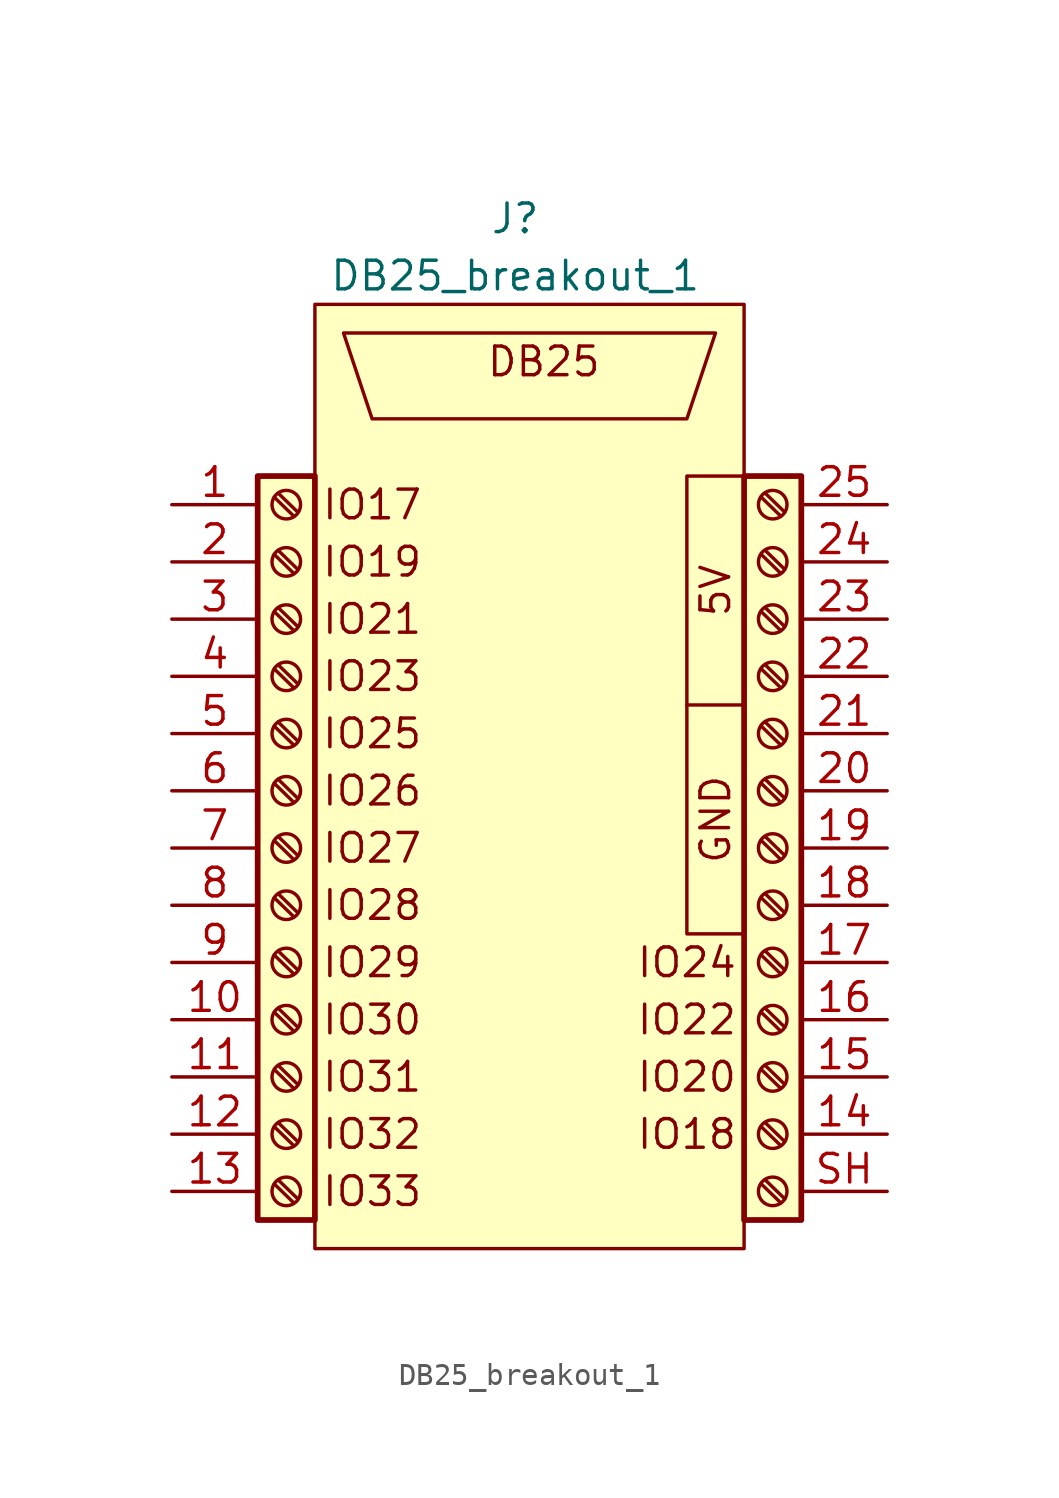
<source format=kicad_sym>
(kicad_symbol_lib
  (version 20211014)
  (generator kicad_symbol_editor)
  (symbol "DB25_breakout_1"
    (pin_names
      (offset 1.016) hide)
    (property "Reference" "J"
      (at 0 27.94 0)
      (effects (font (size 1.27 1.27))))
    (property "Value" "DB25_breakout_1"
      (at 0 25.4 0)
      (effects (font (size 1.27 1.27))))
    (symbol "DB25_breakout_1_0_0"
      (rectangle (start -8.89 24.13) (end 10.16 -17.78) (stroke (width 0.152) (type default) (color 0 0 0 0)) (fill (type background)))
      (polyline (pts (xy -6.35 19.05) (xy -7.62 22.86) (xy 8.89 22.86) (xy 7.62 19.05) (xy -6.35 19.05)) (stroke (width 0.152) (type default) (color 0 0 0 0)) (fill (type none)))
      (text "5V" (at 8.89 11.43 900) (effects (font (size 1.27 1.27))))
      (text "DB25" (at 1.27 21.59 0) (effects (font (size 1.27 1.27))))
      (text "GND" (at 8.89 1.27 900) (effects (font (size 1.27 1.27))))
      (text "IO17" (at -6.35 15.24 0) (effects (font (size 1.27 1.27))))
      (text "IO18" (at 7.62 -12.7 0) (effects (font (size 1.27 1.27))))
      (text "IO19" (at -6.35 12.7 0) (effects (font (size 1.27 1.27))))
      (text "IO20" (at 7.62 -10.16 0) (effects (font (size 1.27 1.27))))
      (text "IO21" (at -6.35 10.16 0) (effects (font (size 1.27 1.27))))
      (text "IO22" (at 7.62 -7.62 0) (effects (font (size 1.27 1.27))))
      (text "IO23" (at -6.35 7.62 0) (effects (font (size 1.27 1.27))))
      (text "IO24" (at 7.62 -5.08 0) (effects (font (size 1.27 1.27))))
      (text "IO25" (at -6.35 5.08 0) (effects (font (size 1.27 1.27))))
      (text "IO26" (at -6.35 2.54 0) (effects (font (size 1.27 1.27))))
      (text "IO27" (at -6.35 0 0) (effects (font (size 1.27 1.27))))
      (text "IO28" (at -6.35 -2.54 0) (effects (font (size 1.27 1.27))))
      (text "IO29" (at -6.35 -5.08 0) (effects (font (size 1.27 1.27))))
      (text "IO30" (at -6.35 -7.62 0) (effects (font (size 1.27 1.27))))
      (text "IO31" (at -6.35 -10.16 0) (effects (font (size 1.27 1.27))))
      (text "IO32" (at -6.35 -12.7 0) (effects (font (size 1.27 1.27))))
      (text "IO33" (at -6.35 -15.24 0) (effects (font (size 1.27 1.27)))))
    (symbol "DB25_breakout_1_0_1"
      (polyline (pts (xy 10.16 16.51) (xy 7.62 16.51) (xy 7.62 6.35)) (stroke (width 0.152) (type default) (color 0 0 0 0)) (fill (type none)))
      (polyline (pts (xy 10.16 -3.81) (xy 7.62 -3.81) (xy 7.62 6.35) (xy 10.16 6.35)) (stroke (width 0.152) (type default) (color 0 0 0 0)) (fill (type none))))
    (symbol "DB25_breakout_1_1_1"
      (rectangle (start -11.43 16.51) (end -8.89 -16.51) (stroke (width 0.254) (type default) (color 0 0 0 0)) (fill (type background)))
      (circle (center -10.16 -15.24) (radius 0.635) (stroke (width 0.152) (type default) (color 0 0 0 0)) (fill (type none)))
      (circle (center -10.16 -12.7) (radius 0.635) (stroke (width 0.152) (type default) (color 0 0 0 0)) (fill (type none)))
      (circle (center -10.16 -10.16) (radius 0.635) (stroke (width 0.152) (type default) (color 0 0 0 0)) (fill (type none)))
      (circle (center -10.16 -7.62) (radius 0.635) (stroke (width 0.152) (type default) (color 0 0 0 0)) (fill (type none)))
      (circle (center -10.16 -5.08) (radius 0.635) (stroke (width 0.152) (type default) (color 0 0 0 0)) (fill (type none)))
      (circle (center -10.16 -2.54) (radius 0.635) (stroke (width 0.152) (type default) (color 0 0 0 0)) (fill (type none)))
      (circle (center -10.16 0) (radius 0.635) (stroke (width 0.152) (type default) (color 0 0 0 0)) (fill (type none)))
      (circle (center -10.16 2.54) (radius 0.635) (stroke (width 0.152) (type default) (color 0 0 0 0)) (fill (type none)))
      (circle (center -10.16 5.08) (radius 0.635) (stroke (width 0.152) (type default) (color 0 0 0 0)) (fill (type none)))
      (circle (center -10.16 7.62) (radius 0.635) (stroke (width 0.152) (type default) (color 0 0 0 0)) (fill (type none)))
      (circle (center -10.16 10.16) (radius 0.635) (stroke (width 0.152) (type default) (color 0 0 0 0)) (fill (type none)))
      (circle (center -10.16 12.7) (radius 0.635) (stroke (width 0.152) (type default) (color 0 0 0 0)) (fill (type none)))
      (circle (center -10.16 15.24) (radius 0.635) (stroke (width 0.152) (type default) (color 0 0 0 0)) (fill (type none)))
      (polyline (pts (xy -10.693 -14.91) (xy -9.83 -15.748)) (stroke (width 0.152) (type default) (color 0 0 0 0)) (fill (type none)))
      (polyline (pts (xy -10.693 -12.37) (xy -9.83 -13.208)) (stroke (width 0.152) (type default) (color 0 0 0 0)) (fill (type none)))
      (polyline (pts (xy -10.693 -9.83) (xy -9.83 -10.668)) (stroke (width 0.152) (type default) (color 0 0 0 0)) (fill (type none)))
      (polyline (pts (xy -10.693 -7.29) (xy -9.83 -8.128)) (stroke (width 0.152) (type default) (color 0 0 0 0)) (fill (type none)))
      (polyline (pts (xy -10.693 -4.75) (xy -9.83 -5.588)) (stroke (width 0.152) (type default) (color 0 0 0 0)) (fill (type none)))
      (polyline (pts (xy -10.693 -2.21) (xy -9.83 -3.048)) (stroke (width 0.152) (type default) (color 0 0 0 0)) (fill (type none)))
      (polyline (pts (xy -10.693 0.33) (xy -9.83 -0.508)) (stroke (width 0.152) (type default) (color 0 0 0 0)) (fill (type none)))
      (polyline (pts (xy -10.693 2.87) (xy -9.83 2.032)) (stroke (width 0.152) (type default) (color 0 0 0 0)) (fill (type none)))
      (polyline (pts (xy -10.693 5.41) (xy -9.83 4.572)) (stroke (width 0.152) (type default) (color 0 0 0 0)) (fill (type none)))
      (polyline (pts (xy -10.693 7.95) (xy -9.83 7.112)) (stroke (width 0.152) (type default) (color 0 0 0 0)) (fill (type none)))
      (polyline (pts (xy -10.693 10.49) (xy -9.83 9.652)) (stroke (width 0.152) (type default) (color 0 0 0 0)) (fill (type none)))
      (polyline (pts (xy -10.693 13.03) (xy -9.83 12.192)) (stroke (width 0.152) (type default) (color 0 0 0 0)) (fill (type none)))
      (polyline (pts (xy -10.693 15.57) (xy -9.83 14.732)) (stroke (width 0.152) (type default) (color 0 0 0 0)) (fill (type none)))
      (polyline (pts (xy -10.516 -14.732) (xy -9.652 -15.57)) (stroke (width 0.152) (type default) (color 0 0 0 0)) (fill (type none)))
      (polyline (pts (xy -10.516 -12.192) (xy -9.652 -13.03)) (stroke (width 0.152) (type default) (color 0 0 0 0)) (fill (type none)))
      (polyline (pts (xy -10.516 -9.652) (xy -9.652 -10.49)) (stroke (width 0.152) (type default) (color 0 0 0 0)) (fill (type none)))
      (polyline (pts (xy -10.516 -7.112) (xy -9.652 -7.95)) (stroke (width 0.152) (type default) (color 0 0 0 0)) (fill (type none)))
      (polyline (pts (xy -10.516 -4.572) (xy -9.652 -5.41)) (stroke (width 0.152) (type default) (color 0 0 0 0)) (fill (type none)))
      (polyline (pts (xy -10.516 -2.032) (xy -9.652 -2.87)) (stroke (width 0.152) (type default) (color 0 0 0 0)) (fill (type none)))
      (polyline (pts (xy -10.516 0.508) (xy -9.652 -0.33)) (stroke (width 0.152) (type default) (color 0 0 0 0)) (fill (type none)))
      (polyline (pts (xy -10.516 3.048) (xy -9.652 2.21)) (stroke (width 0.152) (type default) (color 0 0 0 0)) (fill (type none)))
      (polyline (pts (xy -10.516 5.588) (xy -9.652 4.75)) (stroke (width 0.152) (type default) (color 0 0 0 0)) (fill (type none)))
      (polyline (pts (xy -10.516 8.128) (xy -9.652 7.29)) (stroke (width 0.152) (type default) (color 0 0 0 0)) (fill (type none)))
      (polyline (pts (xy -10.516 10.668) (xy -9.652 9.83)) (stroke (width 0.152) (type default) (color 0 0 0 0)) (fill (type none)))
      (polyline (pts (xy -10.516 13.208) (xy -9.652 12.37)) (stroke (width 0.152) (type default) (color 0 0 0 0)) (fill (type none)))
      (polyline (pts (xy -10.516 15.748) (xy -9.652 14.91)) (stroke (width 0.152) (type default) (color 0 0 0 0)) (fill (type none)))
      (polyline (pts (xy 11.786 -15.748) (xy 10.922 -14.91)) (stroke (width 0.152) (type default) (color 0 0 0 0)) (fill (type none)))
      (polyline (pts (xy 11.786 -13.208) (xy 10.922 -12.37)) (stroke (width 0.152) (type default) (color 0 0 0 0)) (fill (type none)))
      (polyline (pts (xy 11.786 -10.668) (xy 10.922 -9.83)) (stroke (width 0.152) (type default) (color 0 0 0 0)) (fill (type none)))
      (polyline (pts (xy 11.786 -8.128) (xy 10.922 -7.29)) (stroke (width 0.152) (type default) (color 0 0 0 0)) (fill (type none)))
      (polyline (pts (xy 11.786 -5.588) (xy 10.922 -4.75)) (stroke (width 0.152) (type default) (color 0 0 0 0)) (fill (type none)))
      (polyline (pts (xy 11.786 -3.048) (xy 10.922 -2.21)) (stroke (width 0.152) (type default) (color 0 0 0 0)) (fill (type none)))
      (polyline (pts (xy 11.786 -0.508) (xy 10.922 0.33)) (stroke (width 0.152) (type default) (color 0 0 0 0)) (fill (type none)))
      (polyline (pts (xy 11.786 2.032) (xy 10.922 2.87)) (stroke (width 0.152) (type default) (color 0 0 0 0)) (fill (type none)))
      (polyline (pts (xy 11.786 4.572) (xy 10.922 5.41)) (stroke (width 0.152) (type default) (color 0 0 0 0)) (fill (type none)))
      (polyline (pts (xy 11.786 7.112) (xy 10.922 7.95)) (stroke (width 0.152) (type default) (color 0 0 0 0)) (fill (type none)))
      (polyline (pts (xy 11.786 9.652) (xy 10.922 10.49)) (stroke (width 0.152) (type default) (color 0 0 0 0)) (fill (type none)))
      (polyline (pts (xy 11.786 12.192) (xy 10.922 13.03)) (stroke (width 0.152) (type default) (color 0 0 0 0)) (fill (type none)))
      (polyline (pts (xy 11.786 14.732) (xy 10.922 15.57)) (stroke (width 0.152) (type default) (color 0 0 0 0)) (fill (type none)))
      (polyline (pts (xy 11.963 -15.57) (xy 11.1 -14.732)) (stroke (width 0.152) (type default) (color 0 0 0 0)) (fill (type none)))
      (polyline (pts (xy 11.963 -13.03) (xy 11.1 -12.192)) (stroke (width 0.152) (type default) (color 0 0 0 0)) (fill (type none)))
      (polyline (pts (xy 11.963 -10.49) (xy 11.1 -9.652)) (stroke (width 0.152) (type default) (color 0 0 0 0)) (fill (type none)))
      (polyline (pts (xy 11.963 -7.95) (xy 11.1 -7.112)) (stroke (width 0.152) (type default) (color 0 0 0 0)) (fill (type none)))
      (polyline (pts (xy 11.963 -5.41) (xy 11.1 -4.572)) (stroke (width 0.152) (type default) (color 0 0 0 0)) (fill (type none)))
      (polyline (pts (xy 11.963 -2.87) (xy 11.1 -2.032)) (stroke (width 0.152) (type default) (color 0 0 0 0)) (fill (type none)))
      (polyline (pts (xy 11.963 -0.33) (xy 11.1 0.508)) (stroke (width 0.152) (type default) (color 0 0 0 0)) (fill (type none)))
      (polyline (pts (xy 11.963 2.21) (xy 11.1 3.048)) (stroke (width 0.152) (type default) (color 0 0 0 0)) (fill (type none)))
      (polyline (pts (xy 11.963 4.75) (xy 11.1 5.588)) (stroke (width 0.152) (type default) (color 0 0 0 0)) (fill (type none)))
      (polyline (pts (xy 11.963 7.29) (xy 11.1 8.128)) (stroke (width 0.152) (type default) (color 0 0 0 0)) (fill (type none)))
      (polyline (pts (xy 11.963 9.83) (xy 11.1 10.668)) (stroke (width 0.152) (type default) (color 0 0 0 0)) (fill (type none)))
      (polyline (pts (xy 11.963 12.37) (xy 11.1 13.208)) (stroke (width 0.152) (type default) (color 0 0 0 0)) (fill (type none)))
      (polyline (pts (xy 11.963 14.91) (xy 11.1 15.748)) (stroke (width 0.152) (type default) (color 0 0 0 0)) (fill (type none)))
      (circle (center 11.43 -15.24) (radius 0.635) (stroke (width 0.152) (type default) (color 0 0 0 0)) (fill (type none)))
      (circle (center 11.43 -12.7) (radius 0.635) (stroke (width 0.152) (type default) (color 0 0 0 0)) (fill (type none)))
      (circle (center 11.43 -10.16) (radius 0.635) (stroke (width 0.152) (type default) (color 0 0 0 0)) (fill (type none)))
      (circle (center 11.43 -7.62) (radius 0.635) (stroke (width 0.152) (type default) (color 0 0 0 0)) (fill (type none)))
      (circle (center 11.43 -5.08) (radius 0.635) (stroke (width 0.152) (type default) (color 0 0 0 0)) (fill (type none)))
      (circle (center 11.43 -2.54) (radius 0.635) (stroke (width 0.152) (type default) (color 0 0 0 0)) (fill (type none)))
      (circle (center 11.43 0) (radius 0.635) (stroke (width 0.152) (type default) (color 0 0 0 0)) (fill (type none)))
      (circle (center 11.43 2.54) (radius 0.635) (stroke (width 0.152) (type default) (color 0 0 0 0)) (fill (type none)))
      (circle (center 11.43 5.08) (radius 0.635) (stroke (width 0.152) (type default) (color 0 0 0 0)) (fill (type none)))
      (circle (center 11.43 7.62) (radius 0.635) (stroke (width 0.152) (type default) (color 0 0 0 0)) (fill (type none)))
      (circle (center 11.43 10.16) (radius 0.635) (stroke (width 0.152) (type default) (color 0 0 0 0)) (fill (type none)))
      (circle (center 11.43 12.7) (radius 0.635) (stroke (width 0.152) (type default) (color 0 0 0 0)) (fill (type none)))
      (circle (center 11.43 15.24) (radius 0.635) (stroke (width 0.152) (type default) (color 0 0 0 0)) (fill (type none)))
      (rectangle (start 12.7 -16.51) (end 10.16 16.51) (stroke (width 0.254) (type default) (color 0 0 0 0)) (fill (type background)))
      (pin passive line (at -15.24 15.24 0) (length 3.81) (name "" (effects (font (size 1.27 1.27)))) (number "1" (effects (font (size 1.27 1.27)))))
      (pin passive line (at -15.24 -7.62 0) (length 3.81) (name "" (effects (font (size 1.27 1.27)))) (number "10" (effects (font (size 1.27 1.27)))))
      (pin passive line (at -15.24 -10.16 0) (length 3.81) (name "" (effects (font (size 1.27 1.27)))) (number "11" (effects (font (size 1.27 1.27)))))
      (pin passive line (at -15.24 -12.7 0) (length 3.81) (name "" (effects (font (size 1.27 1.27)))) (number "12" (effects (font (size 1.27 1.27)))))
      (pin passive line (at -15.24 -15.24 0) (length 3.81) (name "" (effects (font (size 1.27 1.27)))) (number "13" (effects (font (size 1.27 1.27)))))
      (pin passive line (at 16.51 -12.7 180) (length 3.81) (name "" (effects (font (size 1.27 1.27)))) (number "14" (effects (font (size 1.27 1.27)))))
      (pin passive line (at 16.51 -10.16 180) (length 3.81) (name "" (effects (font (size 1.27 1.27)))) (number "15" (effects (font (size 1.27 1.27)))))
      (pin passive line (at 16.51 -7.62 180) (length 3.81) (name "" (effects (font (size 1.27 1.27)))) (number "16" (effects (font (size 1.27 1.27)))))
      (pin passive line (at 16.51 -5.08 180) (length 3.81) (name "" (effects (font (size 1.27 1.27)))) (number "17" (effects (font (size 1.27 1.27)))))
      (pin passive line (at 16.51 -2.54 180) (length 3.81) (name "" (effects (font (size 1.27 1.27)))) (number "18" (effects (font (size 1.27 1.27)))))
      (pin passive line (at 16.51 0 180) (length 3.81) (name "" (effects (font (size 1.27 1.27)))) (number "19" (effects (font (size 1.27 1.27)))))
      (pin passive line (at -15.24 12.7 0) (length 3.81) (name "" (effects (font (size 1.27 1.27)))) (number "2" (effects (font (size 1.27 1.27)))))
      (pin passive line (at 16.51 2.54 180) (length 3.81) (name "" (effects (font (size 1.27 1.27)))) (number "20" (effects (font (size 1.27 1.27)))))
      (pin passive line (at 16.51 5.08 180) (length 3.81) (name "" (effects (font (size 1.27 1.27)))) (number "21" (effects (font (size 1.27 1.27)))))
      (pin passive line (at 16.51 7.62 180) (length 3.81) (name "" (effects (font (size 1.27 1.27)))) (number "22" (effects (font (size 1.27 1.27)))))
      (pin passive line (at 16.51 10.16 180) (length 3.81) (name "" (effects (font (size 1.27 1.27)))) (number "23" (effects (font (size 1.27 1.27)))))
      (pin passive line (at 16.51 12.7 180) (length 3.81) (name "" (effects (font (size 1.27 1.27)))) (number "24" (effects (font (size 1.27 1.27)))))
      (pin passive line (at 16.51 15.24 180) (length 3.81) (name "" (effects (font (size 1.27 1.27)))) (number "25" (effects (font (size 1.27 1.27)))))
      (pin passive line (at -15.24 10.16 0) (length 3.81) (name "" (effects (font (size 1.27 1.27)))) (number "3" (effects (font (size 1.27 1.27)))))
      (pin passive line (at -15.24 7.62 0) (length 3.81) (name "" (effects (font (size 1.27 1.27)))) (number "4" (effects (font (size 1.27 1.27)))))
      (pin passive line (at -15.24 5.08 0) (length 3.81) (name "" (effects (font (size 1.27 1.27)))) (number "5" (effects (font (size 1.27 1.27)))))
      (pin passive line (at -15.24 2.54 0) (length 3.81) (name "" (effects (font (size 1.27 1.27)))) (number "6" (effects (font (size 1.27 1.27)))))
      (pin passive line (at -15.24 0 0) (length 3.81) (name "" (effects (font (size 1.27 1.27)))) (number "7" (effects (font (size 1.27 1.27)))))
      (pin passive line (at -15.24 -2.54 0) (length 3.81) (name "" (effects (font (size 1.27 1.27)))) (number "8" (effects (font (size 1.27 1.27)))))
      (pin passive line (at -15.24 -5.08 0) (length 3.81) (name "" (effects (font (size 1.27 1.27)))) (number "9" (effects (font (size 1.27 1.27)))))
      (pin passive line (at 16.51 -15.24 180) (length 3.81) (name "SHIELD" (effects (font (size 1.27 1.27)))) (number "SH" (effects (font (size 1.27 1.27))))))))
</source>
